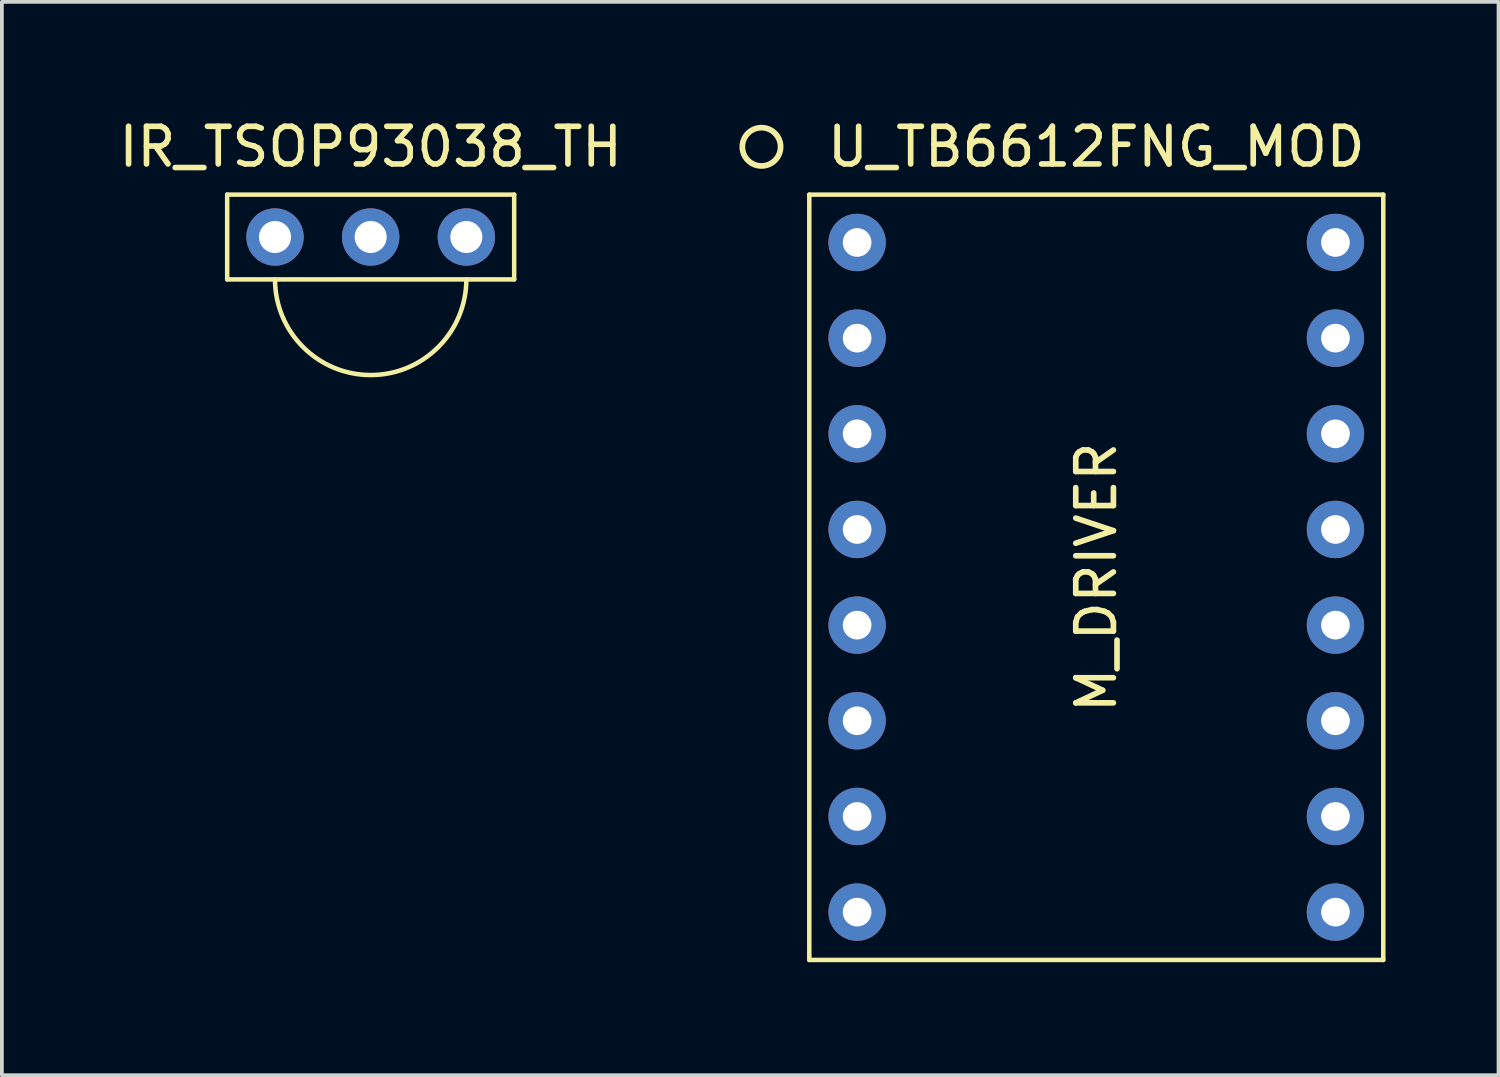
<source format=kicad_pcb>
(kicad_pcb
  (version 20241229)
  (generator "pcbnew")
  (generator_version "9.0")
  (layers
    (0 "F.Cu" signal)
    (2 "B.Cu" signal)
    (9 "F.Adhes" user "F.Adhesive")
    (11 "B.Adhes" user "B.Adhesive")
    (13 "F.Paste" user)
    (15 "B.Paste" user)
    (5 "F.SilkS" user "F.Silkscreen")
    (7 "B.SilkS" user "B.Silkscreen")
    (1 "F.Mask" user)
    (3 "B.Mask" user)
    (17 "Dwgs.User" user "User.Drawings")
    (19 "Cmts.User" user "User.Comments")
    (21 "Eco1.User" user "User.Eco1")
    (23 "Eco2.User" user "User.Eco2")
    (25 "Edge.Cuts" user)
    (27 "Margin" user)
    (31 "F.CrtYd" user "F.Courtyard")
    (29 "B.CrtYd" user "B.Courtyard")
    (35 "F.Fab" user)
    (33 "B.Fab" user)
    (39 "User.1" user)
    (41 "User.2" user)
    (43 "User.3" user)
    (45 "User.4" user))
  (footprint "IR_TSOP93038_TH"
    (layer "F.Cu")
    (at 6.792 2.118)
    (property "Reference" "IR_TSOP93038_TH" (at 0 -1.27 0) (layer "F.SilkS") (effects (font (size 1 1) (thickness 0.15))))
    (attr through_hole)
    (fp_line (start -3.81 0) (end -3.81 2.25) (stroke (width 0.12) (type solid)) (layer "F.SilkS"))
    (fp_line (start 3.81 0) (end -3.81 0) (stroke (width 0.12) (type solid)) (layer "F.SilkS"))
    (fp_line (start 3.81 0) (end 3.81 2.25) (stroke (width 0.12) (type solid)) (layer "F.SilkS"))
    (fp_line (start 3.81 2.25) (end -3.81 2.25) (stroke (width 0.12) (type solid)) (layer "F.SilkS"))
    (fp_arc (start 2.54 2.25) (mid 0 4.79) (end -2.54 2.25) (stroke (width 0.12) (type solid)) (layer "F.SilkS"))
    (pad "1" thru_hole circle (at -2.54 1.125) (size 1.524 1.524) (drill 0.85) (layers "*.Cu" "*.Mask"))
    (pad "2" thru_hole circle (at 0 1.125) (size 1.524 1.524) (drill 0.85) (layers "*.Cu" "*.Mask"))
    (pad "3" thru_hole circle (at 2.54 1.125) (size 1.524 1.524) (drill 0.85) (layers "*.Cu" "*.Mask")))
  (footprint "U_TB6612FNG_MOD"
    (layer "F.Cu")
    (at 26.058 12.278)
    (property "Reference" "U_TB6612FNG_MOD" (at 0 -11.43 0) (layer "F.SilkS") (effects (font (size 1 1) (thickness 0.15))))
    (attr through_hole)
    (fp_line (start -7.62 -10.16) (end -7.62 10.16) (stroke (width 0.12) (type solid)) (layer "F.SilkS"))
    (fp_line (start -7.62 -10.16) (end 7.62 -10.16) (stroke (width 0.12) (type solid)) (layer "F.SilkS"))
    (fp_line (start -7.62 10.16) (end 7.62 10.16) (stroke (width 0.12) (type solid)) (layer "F.SilkS"))
    (fp_line (start 7.62 -10.16) (end 7.62 10.16) (stroke (width 0.12) (type solid)) (layer "F.SilkS"))
    (fp_circle (center -8.89 -11.43) (end -8.382 -11.43) (stroke (width 0.152) (type solid)) (fill no) (layer "F.SilkS"))
    (fp_text user "M_DRIVER" (at 0 0 90) (layer "F.SilkS") (effects (font (size 1 1) (thickness 0.15))))
    (pad "1" thru_hole circle (at -6.35 -8.89) (size 1.524 1.524) (drill 0.762) (layers "*.Cu" "*.Mask"))
    (pad "2" thru_hole circle (at -6.35 -6.35) (size 1.524 1.524) (drill 0.762) (layers "*.Cu" "*.Mask"))
    (pad "3" thru_hole circle (at -6.35 -3.81) (size 1.524 1.524) (drill 0.762) (layers "*.Cu" "*.Mask"))
    (pad "4" thru_hole circle (at -6.35 -1.27) (size 1.524 1.524) (drill 0.762) (layers "*.Cu" "*.Mask"))
    (pad "5" thru_hole circle (at -6.35 1.27) (size 1.524 1.524) (drill 0.762) (layers "*.Cu" "*.Mask"))
    (pad "6" thru_hole circle (at -6.35 3.81) (size 1.524 1.524) (drill 0.762) (layers "*.Cu" "*.Mask"))
    (pad "7" thru_hole circle (at -6.35 6.35) (size 1.524 1.524) (drill 0.762) (layers "*.Cu" "*.Mask"))
    (pad "8" thru_hole circle (at -6.35 8.89) (size 1.524 1.524) (drill 0.762) (layers "*.Cu" "*.Mask"))
    (pad "9" thru_hole circle (at 6.35 8.89) (size 1.524 1.524) (drill 0.762) (layers "*.Cu" "*.Mask"))
    (pad "10" thru_hole circle (at 6.35 6.35) (size 1.524 1.524) (drill 0.762) (layers "*.Cu" "*.Mask"))
    (pad "11" thru_hole circle (at 6.35 3.81) (size 1.524 1.524) (drill 0.762) (layers "*.Cu" "*.Mask"))
    (pad "12" thru_hole circle (at 6.35 1.27) (size 1.524 1.524) (drill 0.762) (layers "*.Cu" "*.Mask"))
    (pad "13" thru_hole circle (at 6.35 -1.27) (size 1.524 1.524) (drill 0.762) (layers "*.Cu" "*.Mask"))
    (pad "14" thru_hole circle (at 6.35 -3.81) (size 1.524 1.524) (drill 0.762) (layers "*.Cu" "*.Mask"))
    (pad "15" thru_hole circle (at 6.35 -6.35) (size 1.524 1.524) (drill 0.762) (layers "*.Cu" "*.Mask"))
    (pad "16" thru_hole circle (at 6.35 -8.89) (size 1.524 1.524) (drill 0.762) (layers "*.Cu" "*.Mask")))
  (gr_rect
    (start -3 -3)
    (end 36.738 25.498)
    (stroke (width 0.1) (type default))
    (fill no)
    (layer "Edge.Cuts")))
</source>
